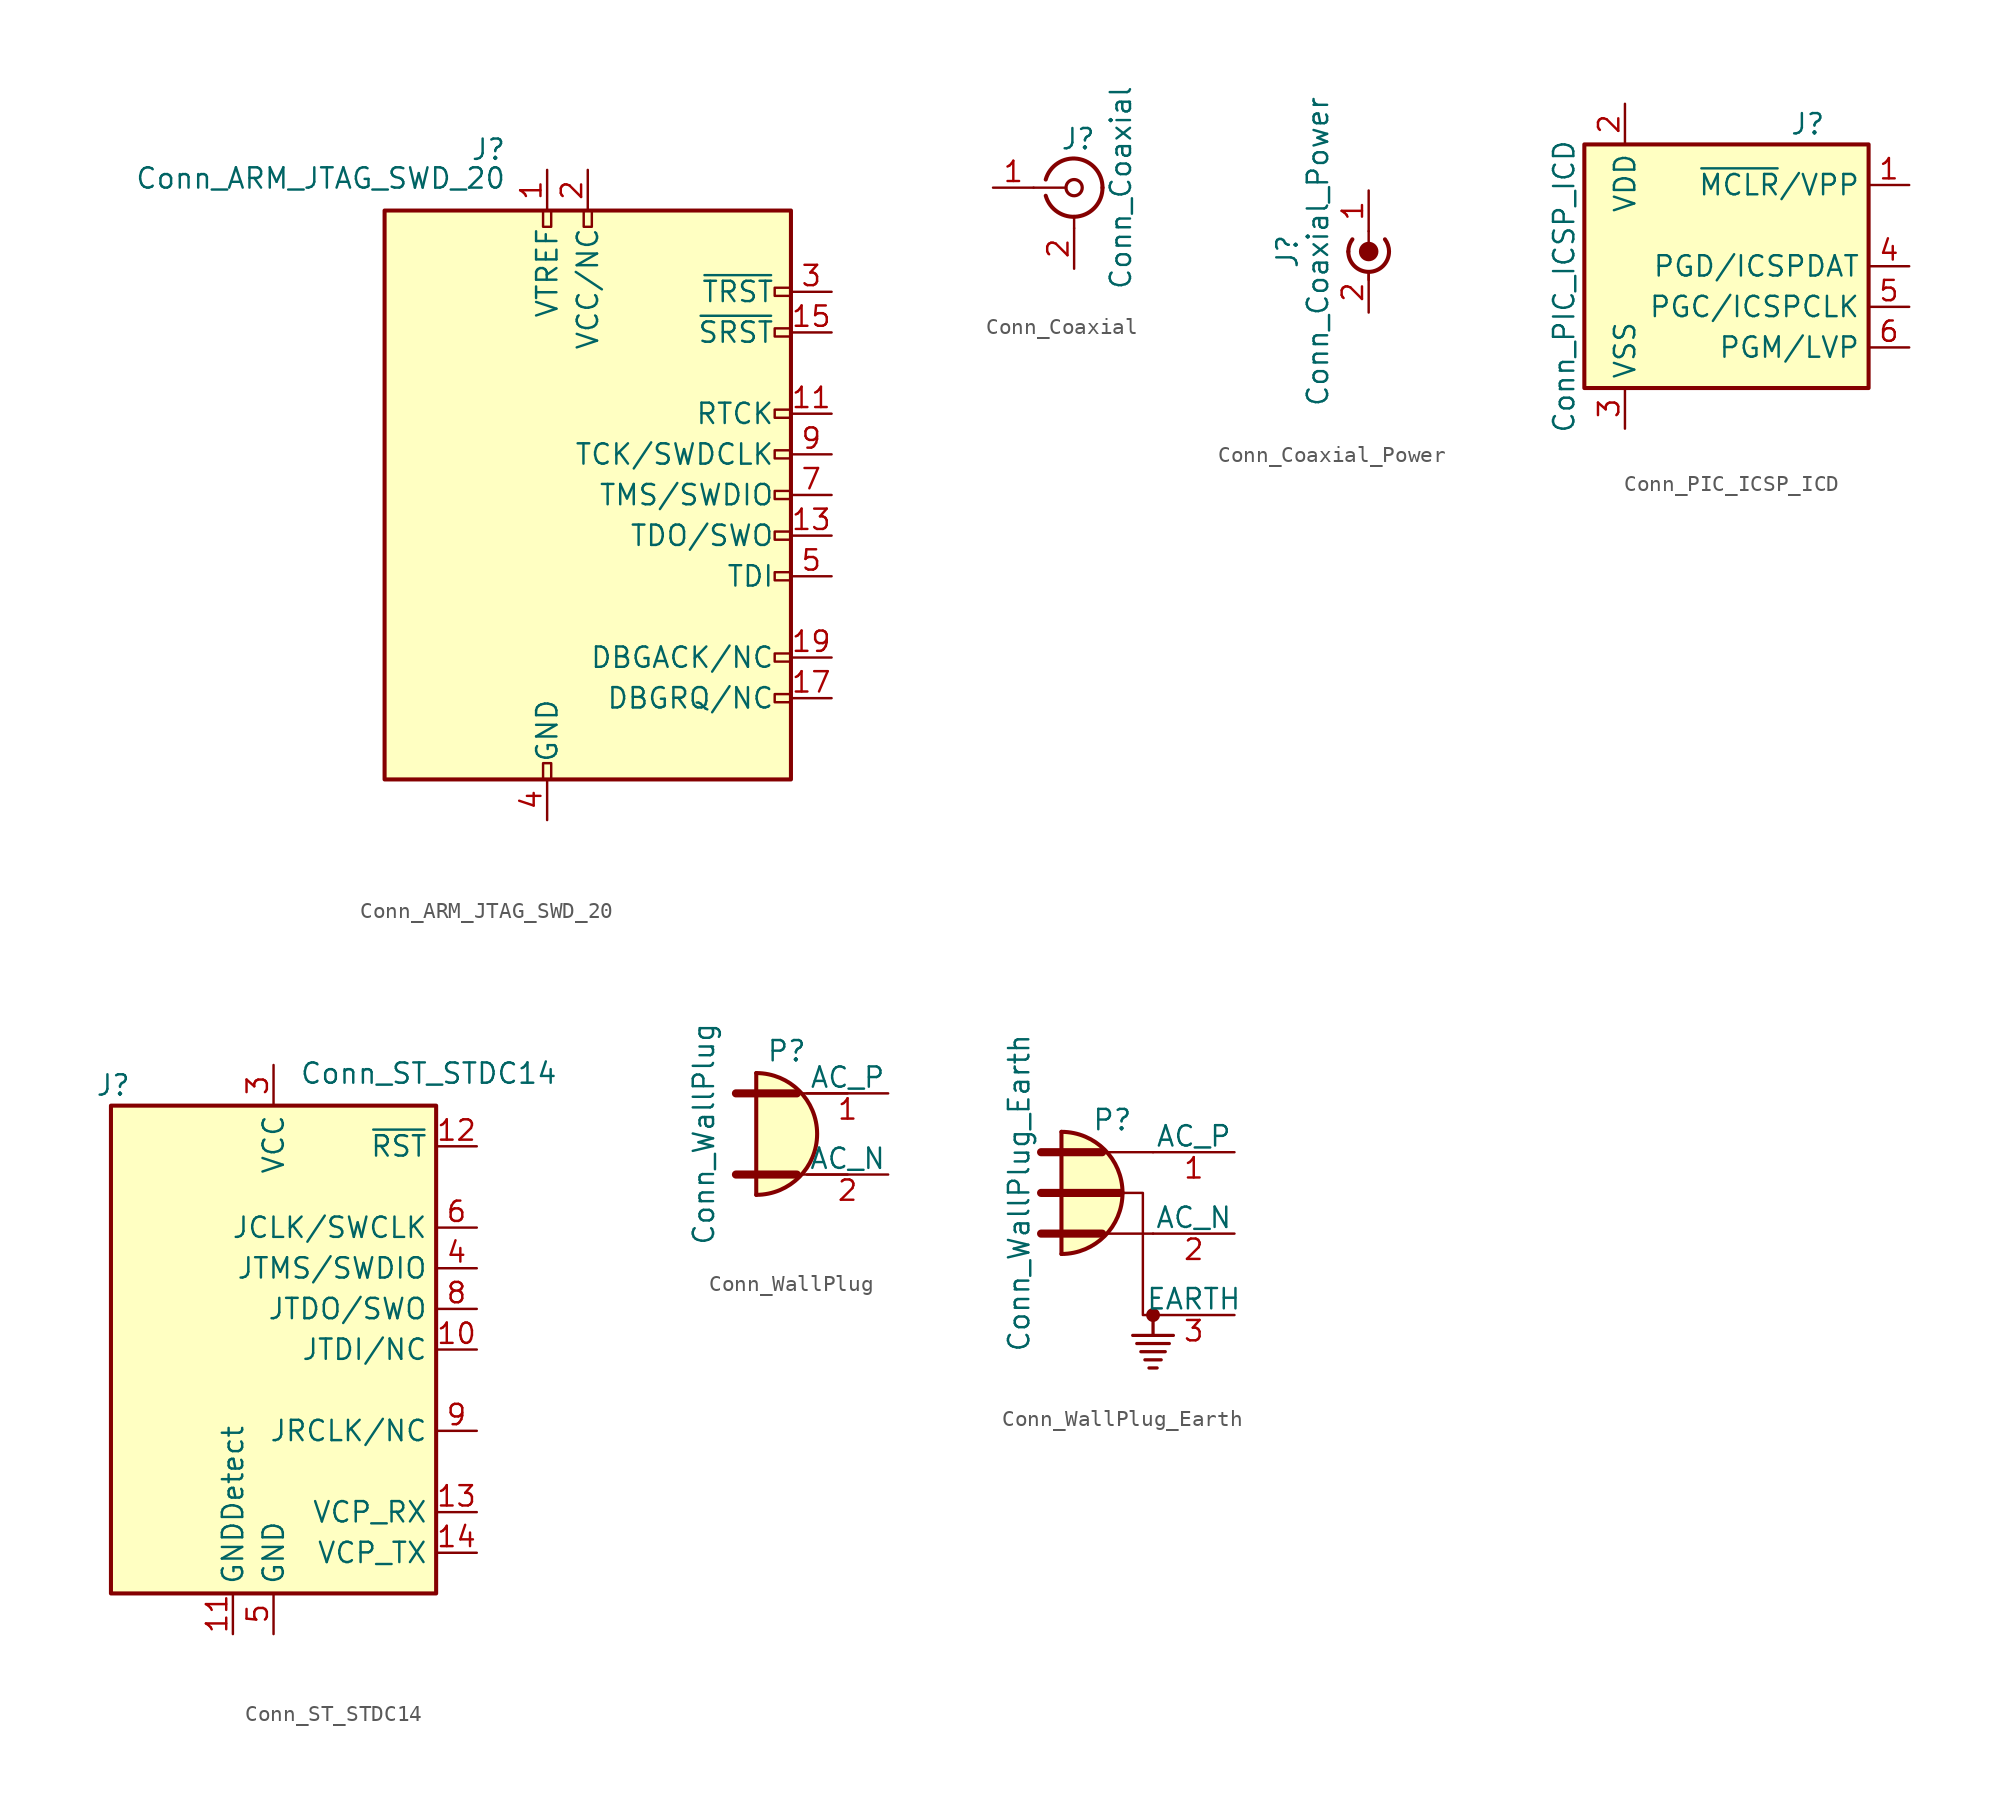
<source format=kicad_sym>
(kicad_symbol_lib
  (version 20211014)
  (generator kicad_symbol_editor)
  (symbol "Conn_ARM_JTAG_SWD_20"
    (pin_names
      (offset 1.016))
    (property "Reference" "J"
      (at -5.08 21.59 0)
      (effects (font (size 1.27 1.27)) (justify right)))
    (property "Value" "Conn_ARM_JTAG_SWD_20"
      (at -5.08 19.05 0)
      (effects (font (size 1.27 1.27)) (justify right bottom)))
    (symbol "Conn_ARM_JTAG_SWD_20_0_1"
      (rectangle (start -12.7 17.78) (end 12.7 -17.78) (stroke (width 0.254) (type default) (color 0 0 0 0)) (fill (type background)))
      (rectangle (start -2.794 -17.78) (end -2.286 -16.764) (stroke (width 0) (type default) (color 0 0 0 0)) (fill (type none)))
      (rectangle (start -2.794 17.78) (end -2.286 16.764) (stroke (width 0) (type default) (color 0 0 0 0)) (fill (type none)))
      (rectangle (start -0.254 17.78) (end 0.254 16.764) (stroke (width 0) (type default) (color 0 0 0 0)) (fill (type none)))
      (rectangle (start 11.684 2.286) (end 12.7 2.794) (stroke (width 0) (type default) (color 0 0 0 0)) (fill (type none)))
      (rectangle (start 12.7 -12.446) (end 11.684 -12.954) (stroke (width 0) (type default) (color 0 0 0 0)) (fill (type none)))
      (rectangle (start 12.7 -9.906) (end 11.684 -10.414) (stroke (width 0) (type default) (color 0 0 0 0)) (fill (type none)))
      (rectangle (start 12.7 -2.794) (end 11.684 -2.286) (stroke (width 0) (type default) (color 0 0 0 0)) (fill (type none)))
      (rectangle (start 12.7 -0.254) (end 11.684 0.254) (stroke (width 0) (type default) (color 0 0 0 0)) (fill (type none)))
      (rectangle (start 12.7 4.826) (end 11.684 5.334) (stroke (width 0) (type default) (color 0 0 0 0)) (fill (type none)))
      (rectangle (start 12.7 10.414) (end 11.684 9.906) (stroke (width 0) (type default) (color 0 0 0 0)) (fill (type none)))
      (rectangle (start 12.7 12.954) (end 11.684 12.446) (stroke (width 0) (type default) (color 0 0 0 0)) (fill (type none))))
    (symbol "Conn_ARM_JTAG_SWD_20_1_1"
      (rectangle (start 11.684 -5.334) (end 12.7 -4.826) (stroke (width 0) (type default) (color 0 0 0 0)) (fill (type none)))
      (pin power_in line (at -2.54 20.32 270) (length 2.54) (name "VTREF" (effects (font (size 1.27 1.27)))) (number "1" (effects (font (size 1.27 1.27)))))
      (pin passive line (at -2.54 -20.32 90) (length 2.54) hide (name "GND" (effects (font (size 1.27 1.27)))) (number "10" (effects (font (size 1.27 1.27)))))
      (pin input line (at 15.24 5.08 180) (length 2.54) (name "RTCK" (effects (font (size 1.27 1.27)))) (number "11" (effects (font (size 1.27 1.27)))))
      (pin passive line (at -2.54 -20.32 90) (length 2.54) hide (name "GND" (effects (font (size 1.27 1.27)))) (number "12" (effects (font (size 1.27 1.27)))))
      (pin input line (at 15.24 -2.54 180) (length 2.54) (name "TDO/SWO" (effects (font (size 1.27 1.27)))) (number "13" (effects (font (size 1.27 1.27)))))
      (pin passive line (at -2.54 -20.32 90) (length 2.54) hide (name "GND" (effects (font (size 1.27 1.27)))) (number "14" (effects (font (size 1.27 1.27)))))
      (pin bidirectional line (at 15.24 10.16 180) (length 2.54) (name "~{SRST}" (effects (font (size 1.27 1.27)))) (number "15" (effects (font (size 1.27 1.27)))))
      (pin passive line (at -2.54 -20.32 90) (length 2.54) hide (name "GND" (effects (font (size 1.27 1.27)))) (number "16" (effects (font (size 1.27 1.27)))))
      (pin output line (at 15.24 -12.7 180) (length 2.54) (name "DBGRQ/NC" (effects (font (size 1.27 1.27)))) (number "17" (effects (font (size 1.27 1.27)))))
      (pin passive line (at -2.54 -20.32 90) (length 2.54) hide (name "GND" (effects (font (size 1.27 1.27)))) (number "18" (effects (font (size 1.27 1.27)))))
      (pin input line (at 15.24 -10.16 180) (length 2.54) (name "DBGACK/NC" (effects (font (size 1.27 1.27)))) (number "19" (effects (font (size 1.27 1.27)))))
      (pin power_in line (at 0 20.32 270) (length 2.54) (name "VCC/NC" (effects (font (size 1.27 1.27)))) (number "2" (effects (font (size 1.27 1.27)))))
      (pin passive line (at -2.54 -20.32 90) (length 2.54) hide (name "GND" (effects (font (size 1.27 1.27)))) (number "20" (effects (font (size 1.27 1.27)))))
      (pin output line (at 15.24 12.7 180) (length 2.54) (name "~{TRST}" (effects (font (size 1.27 1.27)))) (number "3" (effects (font (size 1.27 1.27)))))
      (pin power_in line (at -2.54 -20.32 90) (length 2.54) (name "GND" (effects (font (size 1.27 1.27)))) (number "4" (effects (font (size 1.27 1.27)))))
      (pin output line (at 15.24 -5.08 180) (length 2.54) (name "TDI" (effects (font (size 1.27 1.27)))) (number "5" (effects (font (size 1.27 1.27)))))
      (pin passive line (at -2.54 -20.32 90) (length 2.54) hide (name "GND" (effects (font (size 1.27 1.27)))) (number "6" (effects (font (size 1.27 1.27)))))
      (pin output line (at 15.24 0 180) (length 2.54) (name "TMS/SWDIO" (effects (font (size 1.27 1.27)))) (number "7" (effects (font (size 1.27 1.27)))))
      (pin passive line (at -2.54 -20.32 90) (length 2.54) hide (name "GND" (effects (font (size 1.27 1.27)))) (number "8" (effects (font (size 1.27 1.27)))))
      (pin output line (at 15.24 2.54 180) (length 2.54) (name "TCK/SWDCLK" (effects (font (size 1.27 1.27)))) (number "9" (effects (font (size 1.27 1.27)))))))
  (symbol "Conn_Coaxial"
    (pin_names
      (offset 1.016) hide)
    (property "Reference" "J"
      (at 0.254 3.048 0)
      (effects (font (size 1.27 1.27))))
    (property "Value" "Conn_Coaxial"
      (at 2.921 0 90)
      (effects (font (size 1.27 1.27))))
    (symbol "Conn_Coaxial_0_1"
      (arc (start -1.778 -0.508) (mid 0.2311 -1.8066) (end 1.778 0) (stroke (width 0.254) (type default) (color 0 0 0 0)) (fill (type none)))
      (polyline (pts (xy -2.54 0) (xy -0.508 0)) (stroke (width 0) (type default) (color 0 0 0 0)) (fill (type none)))
      (polyline (pts (xy 0 -2.54) (xy 0 -1.778)) (stroke (width 0) (type default) (color 0 0 0 0)) (fill (type none)))
      (circle (center 0 0) (radius 0.508) (stroke (width 0.203) (type default) (color 0 0 0 0)) (fill (type none)))
      (arc (start 1.778 0) (mid 0.2099 1.8101) (end -1.778 0.508) (stroke (width 0.254) (type default) (color 0 0 0 0)) (fill (type none))))
    (symbol "Conn_Coaxial_1_1"
      (pin passive line (at -5.08 0 0) (length 2.54) (name "In" (effects (font (size 1.27 1.27)))) (number "1" (effects (font (size 1.27 1.27)))))
      (pin passive line (at 0 -5.08 90) (length 2.54) (name "Ext" (effects (font (size 1.27 1.27)))) (number "2" (effects (font (size 1.27 1.27)))))))
  (symbol "Conn_Coaxial_Power"
    (pin_names
      (offset 1.016) hide)
    (property "Reference" "J"
      (at -5.08 -1.27 90)
      (effects (font (size 1.27 1.27))))
    (property "Value" "Conn_Coaxial_Power"
      (at -3.175 -1.27 90)
      (effects (font (size 1.27 1.27))))
    (symbol "Conn_Coaxial_Power_0_1"
      (arc (start -1.27 -1.27) (mid 0 -2.54) (end 1.27 -1.27) (stroke (width 0.254) (type default) (color 0 0 0 0)) (fill (type none)))
      (arc (start -1.016 -0.508) (mid -1.2048 -0.8684) (end -1.27 -1.27) (stroke (width 0.254) (type default) (color 0 0 0 0)) (fill (type none)))
      (circle (center 0 -1.27) (radius 0.508) (stroke (width 0.203) (type default) (color 0 0 0 0)) (fill (type outline)))
      (polyline (pts (xy 0 -2.54) (xy 0 -3.048)) (stroke (width 0) (type default) (color 0 0 0 0)) (fill (type none)))
      (polyline (pts (xy 0 0) (xy 0 -1.27)) (stroke (width 0) (type default) (color 0 0 0 0)) (fill (type none)))
      (arc (start 1.27 -1.27) (mid 1.2048 -0.8684) (end 1.016 -0.508) (stroke (width 0.254) (type default) (color 0 0 0 0)) (fill (type none))))
    (symbol "Conn_Coaxial_Power_1_1"
      (pin passive line (at 0 2.54 270) (length 2.54) (name "In" (effects (font (size 1.27 1.27)))) (number "1" (effects (font (size 1.27 1.27)))))
      (pin passive line (at 0 -5.08 90) (length 2.54) (name "Ext" (effects (font (size 1.27 1.27)))) (number "2" (effects (font (size 1.27 1.27)))))))
  (symbol "Conn_PIC_ICSP_ICD"
    (property "Reference" "J"
      (at 6.35 8.89 0)
      (effects (font (size 1.27 1.27))))
    (property "Value" "Conn_PIC_ICSP_ICD"
      (at -8.89 -1.27 90)
      (effects (font (size 1.27 1.27))))
    (symbol "Conn_PIC_ICSP_ICD_0_1"
      (rectangle (start -7.62 7.62) (end 10.16 -7.62) (stroke (width 0.254) (type default) (color 0 0 0 0)) (fill (type background))))
    (symbol "Conn_PIC_ICSP_ICD_1_1"
      (pin passive line (at 12.7 5.08 180) (length 2.54) (name "~{MCLR}/VPP" (effects (font (size 1.27 1.27)))) (number "1" (effects (font (size 1.27 1.27)))))
      (pin passive line (at -5.08 10.16 270) (length 2.54) (name "VDD" (effects (font (size 1.27 1.27)))) (number "2" (effects (font (size 1.27 1.27)))))
      (pin power_in line (at -5.08 -10.16 90) (length 2.54) (name "VSS" (effects (font (size 1.27 1.27)))) (number "3" (effects (font (size 1.27 1.27)))))
      (pin bidirectional line (at 12.7 0 180) (length 2.54) (name "PGD/ICSPDAT" (effects (font (size 1.27 1.27)))) (number "4" (effects (font (size 1.27 1.27)))))
      (pin output line (at 12.7 -2.54 180) (length 2.54) (name "PGC/ICSPCLK" (effects (font (size 1.27 1.27)))) (number "5" (effects (font (size 1.27 1.27)))))
      (pin output line (at 12.7 -5.08 180) (length 2.54) (name "PGM/LVP" (effects (font (size 1.27 1.27)))) (number "6" (effects (font (size 1.27 1.27)))))))
  (symbol "Conn_ST_STDC14"
    (property "Reference" "J"
      (at -8.89 16.51 0)
      (effects (font (size 1.27 1.27)) (justify right)))
    (property "Value" "Conn_ST_STDC14"
      (at 17.78 16.51 0)
      (effects (font (size 1.27 1.27)) (justify right bottom)))
    (symbol "Conn_ST_STDC14_0_1"
      (rectangle (start -10.16 15.24) (end 10.16 -15.24) (stroke (width 0.254) (type default) (color 0 0 0 0)) (fill (type background))))
    (symbol "Conn_ST_STDC14_1_1"
      (pin no_connect line (at -10.16 5.08 0) (length 2.54) hide (name "NC" (effects (font (size 1.27 1.27)))) (number "1" (effects (font (size 1.27 1.27)))))
      (pin output line (at 12.7 0 180) (length 2.54) (name "JTDI/NC" (effects (font (size 1.27 1.27)))) (number "10" (effects (font (size 1.27 1.27)))))
      (pin passive line (at -2.54 -17.78 90) (length 2.54) (name "GNDDetect" (effects (font (size 1.27 1.27)))) (number "11" (effects (font (size 1.27 1.27)))))
      (pin open_collector line (at 12.7 12.7 180) (length 2.54) (name "~{RST}" (effects (font (size 1.27 1.27)))) (number "12" (effects (font (size 1.27 1.27)))))
      (pin output line (at 12.7 -10.16 180) (length 2.54) (name "VCP_RX" (effects (font (size 1.27 1.27)))) (number "13" (effects (font (size 1.27 1.27)))))
      (pin input line (at 12.7 -12.7 180) (length 2.54) (name "VCP_TX" (effects (font (size 1.27 1.27)))) (number "14" (effects (font (size 1.27 1.27)))))
      (pin no_connect line (at -10.16 2.54 0) (length 2.54) hide (name "NC" (effects (font (size 1.27 1.27)))) (number "2" (effects (font (size 1.27 1.27)))))
      (pin power_in line (at 0 17.78 270) (length 2.54) (name "VCC" (effects (font (size 1.27 1.27)))) (number "3" (effects (font (size 1.27 1.27)))))
      (pin bidirectional line (at 12.7 5.08 180) (length 2.54) (name "JTMS/SWDIO" (effects (font (size 1.27 1.27)))) (number "4" (effects (font (size 1.27 1.27)))))
      (pin power_in line (at 0 -17.78 90) (length 2.54) (name "GND" (effects (font (size 1.27 1.27)))) (number "5" (effects (font (size 1.27 1.27)))))
      (pin output line (at 12.7 7.62 180) (length 2.54) (name "JCLK/SWCLK" (effects (font (size 1.27 1.27)))) (number "6" (effects (font (size 1.27 1.27)))))
      (pin passive line (at 0 -17.78 90) (length 2.54) hide (name "GND" (effects (font (size 1.27 1.27)))) (number "7" (effects (font (size 1.27 1.27)))))
      (pin input line (at 12.7 2.54 180) (length 2.54) (name "JTDO/SWO" (effects (font (size 1.27 1.27)))) (number "8" (effects (font (size 1.27 1.27)))))
      (pin input line (at 12.7 -5.08 180) (length 2.54) (name "JRCLK/NC" (effects (font (size 1.27 1.27)))) (number "9" (effects (font (size 1.27 1.27)))))))
  (symbol "Conn_WallPlug"
    (pin_names
      (offset 0))
    (property "Reference" "P"
      (at -1.27 4.445 0)
      (effects (font (size 1.27 1.27)) (justify bottom)))
    (property "Value" "Conn_WallPlug"
      (at -5.715 0 90)
      (effects (font (size 1.27 1.27)) (justify bottom)))
    (symbol "Conn_WallPlug_0_1"
      (arc (start -3.175 -3.81) (mid 0.635 0) (end -3.175 3.81) (stroke (width 0.254) (type default) (color 0 0 0 0)) (fill (type background)))
      (polyline (pts (xy -4.445 -2.54) (xy -0.635 -2.54)) (stroke (width 0.508) (type default) (color 0 0 0 0)) (fill (type none)))
      (polyline (pts (xy -4.445 2.54) (xy -0.635 2.54)) (stroke (width 0.508) (type default) (color 0 0 0 0)) (fill (type none)))
      (polyline (pts (xy -3.175 -3.81) (xy -3.175 3.81)) (stroke (width 0.254) (type default) (color 0 0 0 0)) (fill (type none)))
      (polyline (pts (xy -0.635 -2.54) (xy 2.54 -2.54)) (stroke (width 0) (type default) (color 0 0 0 0)) (fill (type none)))
      (polyline (pts (xy -0.635 2.54) (xy 2.54 2.54)) (stroke (width 0) (type default) (color 0 0 0 0)) (fill (type none))))
    (symbol "Conn_WallPlug_1_1"
      (pin power_out line (at 5.08 2.54 180) (length 5.08) (name "AC_P" (effects (font (size 1.27 1.27)))) (number "1" (effects (font (size 1.27 1.27)))))
      (pin power_out line (at 5.08 -2.54 180) (length 5.08) (name "AC_N" (effects (font (size 1.27 1.27)))) (number "2" (effects (font (size 1.27 1.27)))))))
  (symbol "Conn_WallPlug_Earth"
    (pin_names
      (offset 0))
    (property "Reference" "P"
      (at 0 3.81 0)
      (effects (font (size 1.27 1.27)) (justify bottom)))
    (property "Value" "Conn_WallPlug_Earth"
      (at -5.08 0 90)
      (effects (font (size 1.27 1.27)) (justify bottom)))
    (symbol "Conn_WallPlug_Earth_0_1"
      (arc (start -3.175 -3.81) (mid 0.635 0) (end -3.175 3.81) (stroke (width 0.254) (type default) (color 0 0 0 0)) (fill (type background)))
      (polyline (pts (xy -4.445 -2.54) (xy -0.635 -2.54)) (stroke (width 0.508) (type default) (color 0 0 0 0)) (fill (type none)))
      (polyline (pts (xy -4.445 0) (xy 0.508 0)) (stroke (width 0.508) (type default) (color 0 0 0 0)) (fill (type none)))
      (polyline (pts (xy -4.445 2.54) (xy -0.635 2.54)) (stroke (width 0.508) (type default) (color 0 0 0 0)) (fill (type none)))
      (polyline (pts (xy -3.175 -3.81) (xy -3.175 3.81)) (stroke (width 0.254) (type default) (color 0 0 0 0)) (fill (type none)))
      (polyline (pts (xy -0.635 -2.54) (xy 2.54 -2.54)) (stroke (width 0) (type default) (color 0 0 0 0)) (fill (type none)))
      (polyline (pts (xy -0.635 2.54) (xy 2.54 2.54)) (stroke (width 0) (type default) (color 0 0 0 0)) (fill (type none)))
      (polyline (pts (xy 1.524 -9.398) (xy 3.556 -9.398)) (stroke (width 0.203) (type default) (color 0 0 0 0)) (fill (type none)))
      (polyline (pts (xy 1.778 -9.906) (xy 3.302 -9.906)) (stroke (width 0.203) (type default) (color 0 0 0 0)) (fill (type none)))
      (polyline (pts (xy 2.032 -10.414) (xy 3.048 -10.414)) (stroke (width 0.203) (type default) (color 0 0 0 0)) (fill (type none)))
      (polyline (pts (xy 2.286 -10.922) (xy 2.794 -10.922)) (stroke (width 0.203) (type default) (color 0 0 0 0)) (fill (type none)))
      (polyline (pts (xy 2.54 -7.62) (xy 2.54 -8.89)) (stroke (width 0.203) (type default) (color 0 0 0 0)) (fill (type none)))
      (polyline (pts (xy 3.81 -8.89) (xy 1.27 -8.89)) (stroke (width 0.203) (type default) (color 0 0 0 0)) (fill (type none)))
      (polyline (pts (xy 2.54 -7.62) (xy 1.905 -7.62) (xy 1.905 0) (xy -4.445 0)) (stroke (width 0) (type default) (color 0 0 0 0)) (fill (type none)))
      (circle (center 2.54 -7.62) (radius 0.356) (stroke (width 0) (type default) (color 0 0 0 0)) (fill (type outline))))
    (symbol "Conn_WallPlug_Earth_1_1"
      (pin power_out line (at 7.62 2.54 180) (length 5.08) (name "AC_P" (effects (font (size 1.27 1.27)))) (number "1" (effects (font (size 1.27 1.27)))))
      (pin power_out line (at 7.62 -2.54 180) (length 5.08) (name "AC_N" (effects (font (size 1.27 1.27)))) (number "2" (effects (font (size 1.27 1.27)))))
      (pin passive line (at 7.62 -7.62 180) (length 5.08) (name "EARTH" (effects (font (size 1.27 1.27)))) (number "3" (effects (font (size 1.27 1.27))))))))
</source>
